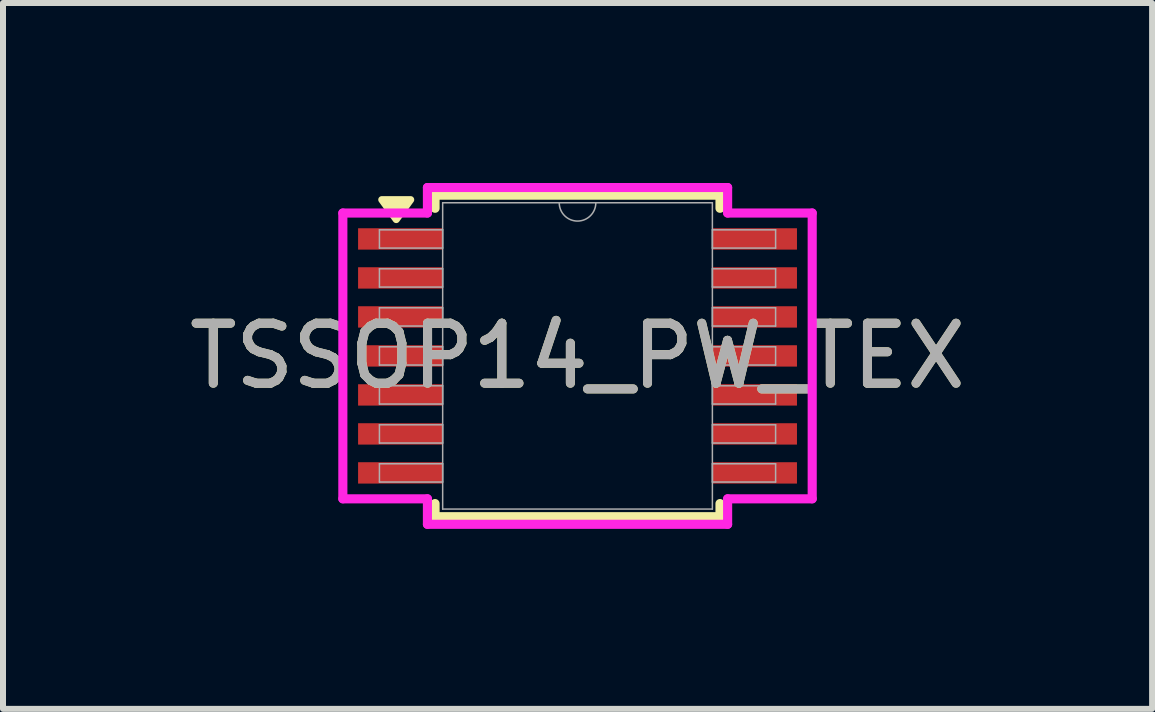
<source format=kicad_pcb>
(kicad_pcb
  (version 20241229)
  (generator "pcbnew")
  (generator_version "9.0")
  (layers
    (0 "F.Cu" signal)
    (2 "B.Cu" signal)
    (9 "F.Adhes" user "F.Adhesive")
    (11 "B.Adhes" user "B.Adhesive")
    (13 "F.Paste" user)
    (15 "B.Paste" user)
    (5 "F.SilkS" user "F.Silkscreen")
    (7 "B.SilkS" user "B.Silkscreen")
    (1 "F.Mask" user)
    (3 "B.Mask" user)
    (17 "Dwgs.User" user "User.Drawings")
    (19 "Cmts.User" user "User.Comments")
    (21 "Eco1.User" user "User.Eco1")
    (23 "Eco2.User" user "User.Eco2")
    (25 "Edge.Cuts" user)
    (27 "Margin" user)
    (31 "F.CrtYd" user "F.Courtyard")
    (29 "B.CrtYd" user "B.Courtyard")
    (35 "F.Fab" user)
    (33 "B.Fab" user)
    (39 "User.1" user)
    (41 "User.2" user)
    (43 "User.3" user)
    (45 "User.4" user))
  (footprint "TSSOP14_PW_TEX"
    (layer "F.Cu")
    (at 6.577 2.883)
    (property "Reference" "TSSOP14_PW_TEX" (at 0 0 0) (unlocked yes) (layer "F.SilkS") (effects (font (size 1 1) (thickness 0.15))))
    (attr smd)
    (fp_line (start -2.375 -2.68) (end -2.375 -2.461) (stroke (width 0.152) (type solid)) (layer "F.SilkS"))
    (fp_line (start -2.375 2.461) (end -2.375 2.68) (stroke (width 0.152) (type solid)) (layer "F.SilkS"))
    (fp_line (start -2.375 2.68) (end 2.375 2.68) (stroke (width 0.152) (type solid)) (layer "F.SilkS"))
    (fp_line (start 2.375 -2.68) (end -2.375 -2.68) (stroke (width 0.152) (type solid)) (layer "F.SilkS"))
    (fp_line (start 2.375 -2.461) (end 2.375 -2.68) (stroke (width 0.152) (type solid)) (layer "F.SilkS"))
    (fp_line (start 2.375 2.68) (end 2.375 2.461) (stroke (width 0.152) (type solid)) (layer "F.SilkS"))
    (fp_poly (pts (xy -3.022 -2.274) (xy -3.262 -2.604) (xy -2.782 -2.604) (xy -3.022 -2.274)) (stroke (width 0.12) (type solid)) (fill yes) (layer "F.SilkS"))
    (fp_line (start -3.912 -2.382) (end -2.502 -2.382) (stroke (width 0.152) (type solid)) (layer "F.CrtYd"))
    (fp_line (start -3.912 2.382) (end -3.912 -2.382) (stroke (width 0.152) (type solid)) (layer "F.CrtYd"))
    (fp_line (start -3.912 2.382) (end -2.502 2.382) (stroke (width 0.152) (type solid)) (layer "F.CrtYd"))
    (fp_line (start -2.502 -2.807) (end 2.502 -2.807) (stroke (width 0.152) (type solid)) (layer "F.CrtYd"))
    (fp_line (start -2.502 -2.382) (end -2.502 -2.807) (stroke (width 0.152) (type solid)) (layer "F.CrtYd"))
    (fp_line (start -2.502 2.807) (end -2.502 2.382) (stroke (width 0.152) (type solid)) (layer "F.CrtYd"))
    (fp_line (start 2.502 -2.807) (end 2.502 -2.382) (stroke (width 0.152) (type solid)) (layer "F.CrtYd"))
    (fp_line (start 2.502 2.382) (end 2.502 2.807) (stroke (width 0.152) (type solid)) (layer "F.CrtYd"))
    (fp_line (start 2.502 2.807) (end -2.502 2.807) (stroke (width 0.152) (type solid)) (layer "F.CrtYd"))
    (fp_line (start 3.912 -2.382) (end 2.502 -2.382) (stroke (width 0.152) (type solid)) (layer "F.CrtYd"))
    (fp_line (start 3.912 -2.382) (end 3.912 2.382) (stroke (width 0.152) (type solid)) (layer "F.CrtYd"))
    (fp_line (start 3.912 2.382) (end 2.502 2.382) (stroke (width 0.152) (type solid)) (layer "F.CrtYd"))
    (fp_line (start -3.302 -2.102) (end -3.302 -1.798) (stroke (width 0.025) (type solid)) (layer "F.Fab"))
    (fp_line (start -3.302 -1.798) (end -2.248 -1.798) (stroke (width 0.025) (type solid)) (layer "F.Fab"))
    (fp_line (start -3.302 -1.452) (end -3.302 -1.148) (stroke (width 0.025) (type solid)) (layer "F.Fab"))
    (fp_line (start -3.302 -1.148) (end -2.248 -1.148) (stroke (width 0.025) (type solid)) (layer "F.Fab"))
    (fp_line (start -3.302 -0.802) (end -3.302 -0.498) (stroke (width 0.025) (type solid)) (layer "F.Fab"))
    (fp_line (start -3.302 -0.498) (end -2.248 -0.498) (stroke (width 0.025) (type solid)) (layer "F.Fab"))
    (fp_line (start -3.302 -0.152) (end -3.302 0.152) (stroke (width 0.025) (type solid)) (layer "F.Fab"))
    (fp_line (start -3.302 0.152) (end -2.248 0.152) (stroke (width 0.025) (type solid)) (layer "F.Fab"))
    (fp_line (start -3.302 0.498) (end -3.302 0.802) (stroke (width 0.025) (type solid)) (layer "F.Fab"))
    (fp_line (start -3.302 0.802) (end -2.248 0.802) (stroke (width 0.025) (type solid)) (layer "F.Fab"))
    (fp_line (start -3.302 1.148) (end -3.302 1.452) (stroke (width 0.025) (type solid)) (layer "F.Fab"))
    (fp_line (start -3.302 1.452) (end -2.248 1.452) (stroke (width 0.025) (type solid)) (layer "F.Fab"))
    (fp_line (start -3.302 1.798) (end -3.302 2.102) (stroke (width 0.025) (type solid)) (layer "F.Fab"))
    (fp_line (start -3.302 2.102) (end -2.248 2.102) (stroke (width 0.025) (type solid)) (layer "F.Fab"))
    (fp_line (start -2.248 -2.553) (end -2.248 2.553) (stroke (width 0.025) (type solid)) (layer "F.Fab"))
    (fp_line (start -2.248 -2.102) (end -3.302 -2.102) (stroke (width 0.025) (type solid)) (layer "F.Fab"))
    (fp_line (start -2.248 -1.798) (end -2.248 -2.102) (stroke (width 0.025) (type solid)) (layer "F.Fab"))
    (fp_line (start -2.248 -1.452) (end -3.302 -1.452) (stroke (width 0.025) (type solid)) (layer "F.Fab"))
    (fp_line (start -2.248 -1.148) (end -2.248 -1.452) (stroke (width 0.025) (type solid)) (layer "F.Fab"))
    (fp_line (start -2.248 -0.802) (end -3.302 -0.802) (stroke (width 0.025) (type solid)) (layer "F.Fab"))
    (fp_line (start -2.248 -0.498) (end -2.248 -0.802) (stroke (width 0.025) (type solid)) (layer "F.Fab"))
    (fp_line (start -2.248 -0.152) (end -3.302 -0.152) (stroke (width 0.025) (type solid)) (layer "F.Fab"))
    (fp_line (start -2.248 0.152) (end -2.248 -0.152) (stroke (width 0.025) (type solid)) (layer "F.Fab"))
    (fp_line (start -2.248 0.498) (end -3.302 0.498) (stroke (width 0.025) (type solid)) (layer "F.Fab"))
    (fp_line (start -2.248 0.802) (end -2.248 0.498) (stroke (width 0.025) (type solid)) (layer "F.Fab"))
    (fp_line (start -2.248 1.148) (end -3.302 1.148) (stroke (width 0.025) (type solid)) (layer "F.Fab"))
    (fp_line (start -2.248 1.452) (end -2.248 1.148) (stroke (width 0.025) (type solid)) (layer "F.Fab"))
    (fp_line (start -2.248 1.798) (end -3.302 1.798) (stroke (width 0.025) (type solid)) (layer "F.Fab"))
    (fp_line (start -2.248 2.102) (end -2.248 1.798) (stroke (width 0.025) (type solid)) (layer "F.Fab"))
    (fp_line (start -2.248 2.553) (end 2.248 2.553) (stroke (width 0.025) (type solid)) (layer "F.Fab"))
    (fp_line (start 2.248 -2.553) (end -2.248 -2.553) (stroke (width 0.025) (type solid)) (layer "F.Fab"))
    (fp_line (start 2.248 -2.102) (end 2.248 -1.798) (stroke (width 0.025) (type solid)) (layer "F.Fab"))
    (fp_line (start 2.248 -1.798) (end 3.302 -1.798) (stroke (width 0.025) (type solid)) (layer "F.Fab"))
    (fp_line (start 2.248 -1.452) (end 2.248 -1.148) (stroke (width 0.025) (type solid)) (layer "F.Fab"))
    (fp_line (start 2.248 -1.148) (end 3.302 -1.148) (stroke (width 0.025) (type solid)) (layer "F.Fab"))
    (fp_line (start 2.248 -0.802) (end 2.248 -0.498) (stroke (width 0.025) (type solid)) (layer "F.Fab"))
    (fp_line (start 2.248 -0.498) (end 3.302 -0.498) (stroke (width 0.025) (type solid)) (layer "F.Fab"))
    (fp_line (start 2.248 -0.152) (end 2.248 0.152) (stroke (width 0.025) (type solid)) (layer "F.Fab"))
    (fp_line (start 2.248 0.152) (end 3.302 0.152) (stroke (width 0.025) (type solid)) (layer "F.Fab"))
    (fp_line (start 2.248 0.498) (end 2.248 0.802) (stroke (width 0.025) (type solid)) (layer "F.Fab"))
    (fp_line (start 2.248 0.802) (end 3.302 0.802) (stroke (width 0.025) (type solid)) (layer "F.Fab"))
    (fp_line (start 2.248 1.148) (end 2.248 1.452) (stroke (width 0.025) (type solid)) (layer "F.Fab"))
    (fp_line (start 2.248 1.452) (end 3.302 1.452) (stroke (width 0.025) (type solid)) (layer "F.Fab"))
    (fp_line (start 2.248 1.798) (end 2.248 2.102) (stroke (width 0.025) (type solid)) (layer "F.Fab"))
    (fp_line (start 2.248 2.102) (end 3.302 2.102) (stroke (width 0.025) (type solid)) (layer "F.Fab"))
    (fp_line (start 2.248 2.553) (end 2.248 -2.553) (stroke (width 0.025) (type solid)) (layer "F.Fab"))
    (fp_line (start 3.302 -2.102) (end 2.248 -2.102) (stroke (width 0.025) (type solid)) (layer "F.Fab"))
    (fp_line (start 3.302 -1.798) (end 3.302 -2.102) (stroke (width 0.025) (type solid)) (layer "F.Fab"))
    (fp_line (start 3.302 -1.452) (end 2.248 -1.452) (stroke (width 0.025) (type solid)) (layer "F.Fab"))
    (fp_line (start 3.302 -1.148) (end 3.302 -1.452) (stroke (width 0.025) (type solid)) (layer "F.Fab"))
    (fp_line (start 3.302 -0.802) (end 2.248 -0.802) (stroke (width 0.025) (type solid)) (layer "F.Fab"))
    (fp_line (start 3.302 -0.498) (end 3.302 -0.802) (stroke (width 0.025) (type solid)) (layer "F.Fab"))
    (fp_line (start 3.302 -0.152) (end 2.248 -0.152) (stroke (width 0.025) (type solid)) (layer "F.Fab"))
    (fp_line (start 3.302 0.152) (end 3.302 -0.152) (stroke (width 0.025) (type solid)) (layer "F.Fab"))
    (fp_line (start 3.302 0.498) (end 2.248 0.498) (stroke (width 0.025) (type solid)) (layer "F.Fab"))
    (fp_line (start 3.302 0.802) (end 3.302 0.498) (stroke (width 0.025) (type solid)) (layer "F.Fab"))
    (fp_line (start 3.302 1.148) (end 2.248 1.148) (stroke (width 0.025) (type solid)) (layer "F.Fab"))
    (fp_line (start 3.302 1.452) (end 3.302 1.148) (stroke (width 0.025) (type solid)) (layer "F.Fab"))
    (fp_line (start 3.302 1.798) (end 2.248 1.798) (stroke (width 0.025) (type solid)) (layer "F.Fab"))
    (fp_line (start 3.302 2.102) (end 3.302 1.798) (stroke (width 0.025) (type solid)) (layer "F.Fab"))
    (fp_arc (start 0.3048 -2.5527) (mid 0 -2.2479) (end -0.3048 -2.5527) (stroke (width 0.0254) (type solid)) (layer "F.Fab"))
    (fp_text user "${REFERENCE}" (at 0 0 0) (unlocked yes) (layer "F.Fab") (effects (font (size 1 1) (thickness 0.15))))
    (pad "1" smd rect (at -2.953 -1.95) (size 1.41 0.356) (layers "F.Cu" "F.Mask" "F.Paste"))
    (pad "2" smd rect (at -2.953 -1.3) (size 1.41 0.356) (layers "F.Cu" "F.Mask" "F.Paste"))
    (pad "3" smd rect (at -2.953 -0.65) (size 1.41 0.356) (layers "F.Cu" "F.Mask" "F.Paste"))
    (pad "4" smd rect (at -2.953 0) (size 1.41 0.356) (layers "F.Cu" "F.Mask" "F.Paste"))
    (pad "5" smd rect (at -2.953 0.65) (size 1.41 0.356) (layers "F.Cu" "F.Mask" "F.Paste"))
    (pad "6" smd rect (at -2.953 1.3) (size 1.41 0.356) (layers "F.Cu" "F.Mask" "F.Paste"))
    (pad "7" smd rect (at -2.953 1.95) (size 1.41 0.356) (layers "F.Cu" "F.Mask" "F.Paste"))
    (pad "8" smd rect (at 2.953 1.95) (size 1.41 0.356) (layers "F.Cu" "F.Mask" "F.Paste"))
    (pad "9" smd rect (at 2.953 1.3) (size 1.41 0.356) (layers "F.Cu" "F.Mask" "F.Paste"))
    (pad "10" smd rect (at 2.953 0.65) (size 1.41 0.356) (layers "F.Cu" "F.Mask" "F.Paste"))
    (pad "11" smd rect (at 2.953 0) (size 1.41 0.356) (layers "F.Cu" "F.Mask" "F.Paste"))
    (pad "12" smd rect (at 2.953 -0.65) (size 1.41 0.356) (layers "F.Cu" "F.Mask" "F.Paste"))
    (pad "13" smd rect (at 2.953 -1.3) (size 1.41 0.356) (layers "F.Cu" "F.Mask" "F.Paste"))
    (pad "14" smd rect (at 2.953 -1.95) (size 1.41 0.356) (layers "F.Cu" "F.Mask" "F.Paste")))
  (gr_rect
    (start -3 -3)
    (end 16.155 8.766)
    (stroke (width 0.1) (type default))
    (fill no)
    (layer "Edge.Cuts")))
</source>
